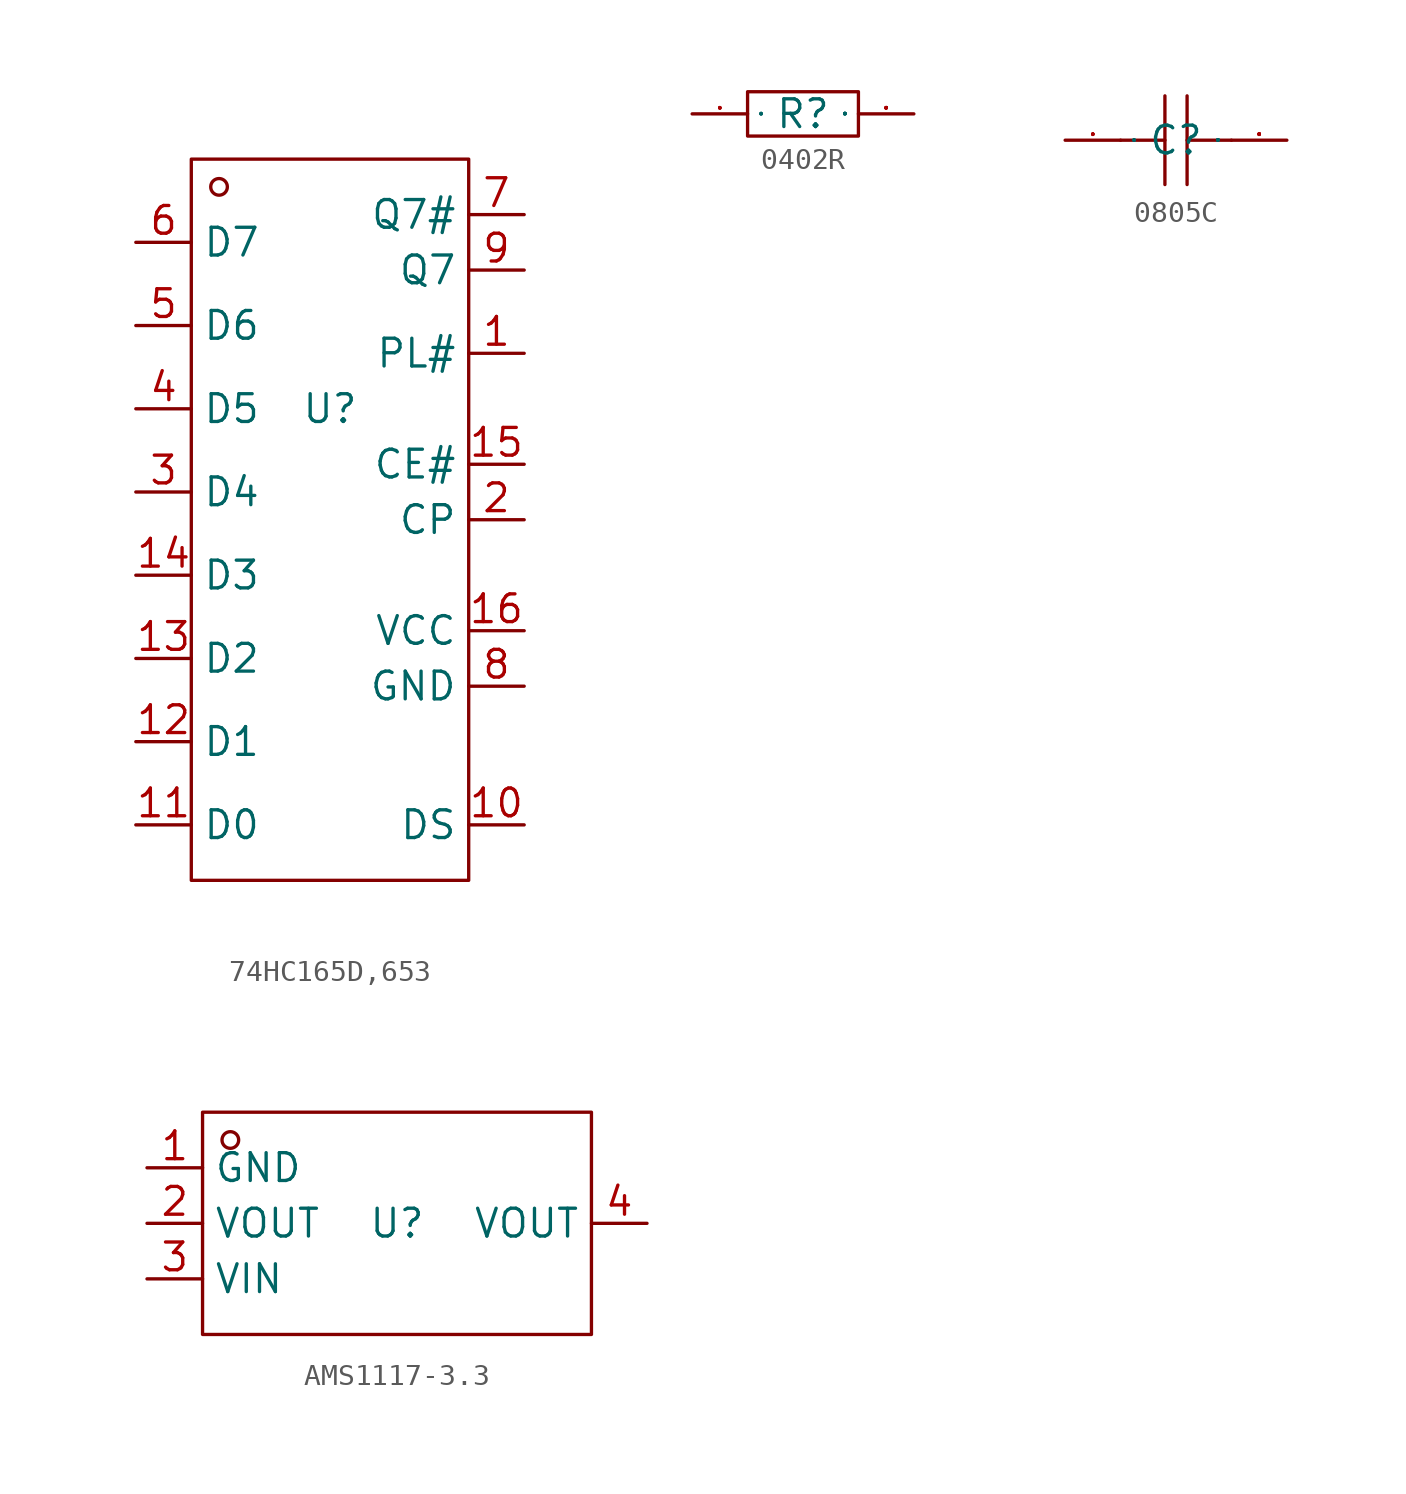
<source format=kicad_sym>
(kicad_symbol_lib
  (version 20231120)
  (generator "kicad_symbol_editor")
  (generator_version "8.0")
  (symbol "74HC165D,653"
    (property "Reference" "U"
      (at 0 0 0)
      (effects (font (size 1.27 1.27))))
    (symbol "74HC165D,653_1_0"
      (rectangle (start -6.35 11.43) (end 6.35 -21.59) (stroke (width 0) (type default)) (fill (type none)))
      (circle (center -5.08 10.16) (radius 0.381) (stroke (width 0) (type default)) (fill (type none)))
      (pin input line (at 8.89 2.54 180) (length 2.54) (name "PL#" (effects (font (size 1.27 1.27)))) (number "1" (effects (font (size 1.27 1.27)))))
      (pin input line (at 8.89 -19.05 180) (length 2.54) (name "DS" (effects (font (size 1.27 1.27)))) (number "10" (effects (font (size 1.27 1.27)))))
      (pin input line (at -8.89 -19.05 0) (length 2.54) (name "D0" (effects (font (size 1.27 1.27)))) (number "11" (effects (font (size 1.27 1.27)))))
      (pin input line (at -8.89 -15.24 0) (length 2.54) (name "D1" (effects (font (size 1.27 1.27)))) (number "12" (effects (font (size 1.27 1.27)))))
      (pin input line (at -8.89 -11.43 0) (length 2.54) (name "D2" (effects (font (size 1.27 1.27)))) (number "13" (effects (font (size 1.27 1.27)))))
      (pin input line (at -8.89 -7.62 0) (length 2.54) (name "D3" (effects (font (size 1.27 1.27)))) (number "14" (effects (font (size 1.27 1.27)))))
      (pin input line (at 8.89 -2.54 180) (length 2.54) (name "CE#" (effects (font (size 1.27 1.27)))) (number "15" (effects (font (size 1.27 1.27)))))
      (pin input line (at 8.89 -10.16 180) (length 2.54) (name "VCC" (effects (font (size 1.27 1.27)))) (number "16" (effects (font (size 1.27 1.27)))))
      (pin input line (at 8.89 -5.08 180) (length 2.54) (name "CP" (effects (font (size 1.27 1.27)))) (number "2" (effects (font (size 1.27 1.27)))))
      (pin input line (at -8.89 -3.81 0) (length 2.54) (name "D4" (effects (font (size 1.27 1.27)))) (number "3" (effects (font (size 1.27 1.27)))))
      (pin input line (at -8.89 0 0) (length 2.54) (name "D5" (effects (font (size 1.27 1.27)))) (number "4" (effects (font (size 1.27 1.27)))))
      (pin input line (at -8.89 3.81 0) (length 2.54) (name "D6" (effects (font (size 1.27 1.27)))) (number "5" (effects (font (size 1.27 1.27)))))
      (pin input line (at -8.89 7.62 0) (length 2.54) (name "D7" (effects (font (size 1.27 1.27)))) (number "6" (effects (font (size 1.27 1.27)))))
      (pin input line (at 8.89 8.89 180) (length 2.54) (name "Q7#" (effects (font (size 1.27 1.27)))) (number "7" (effects (font (size 1.27 1.27)))))
      (pin input line (at 8.89 -12.7 180) (length 2.54) (name "GND" (effects (font (size 1.27 1.27)))) (number "8" (effects (font (size 1.27 1.27)))))
      (pin input line (at 8.89 6.35 180) (length 2.54) (name "Q7" (effects (font (size 1.27 1.27)))) (number "9" (effects (font (size 1.27 1.27)))))))
  (symbol "0402R"
    (property "Reference" "R"
      (at 0 0 0)
      (effects (font (size 1.27 1.27))))
    (symbol "0402R_1_0"
      (rectangle (start -2.54 -1.016) (end 2.54 1.016) (stroke (width 0) (type default)) (fill (type none)))
      (pin input line (at -5.08 0 0) (length 2.54) (name "1" (effects (font (size 0.025 0.025)))) (number "1" (effects (font (size 0.025 0.025)))))
      (pin input line (at 5.08 0 180) (length 2.54) (name "2" (effects (font (size 0.025 0.025)))) (number "2" (effects (font (size 0.025 0.025)))))))
  (symbol "0805C"
    (property "Reference" "C"
      (at 0 0 0)
      (effects (font (size 1.27 1.27))))
    (symbol "0805C_1_0"
      (polyline (pts (xy -0.508 -2.032) (xy -0.508 2.032)) (stroke (width 0) (type default)) (fill (type none)))
      (polyline (pts (xy -0.508 0) (xy -2.54 0)) (stroke (width 0) (type default)) (fill (type none)))
      (polyline (pts (xy 0.508 2.032) (xy 0.508 -2.032)) (stroke (width 0) (type default)) (fill (type none)))
      (polyline (pts (xy 2.54 0) (xy 0.508 0)) (stroke (width 0) (type default)) (fill (type none)))
      (pin unspecified line (at -5.08 0 0) (length 2.54) (name "1" (effects (font (size 0.025 0.025)))) (number "1" (effects (font (size 0.025 0.025)))))
      (pin unspecified line (at 5.08 0 180) (length 2.54) (name "2" (effects (font (size 0.025 0.025)))) (number "2" (effects (font (size 0.025 0.025)))))))
  (symbol "AMS1117-3.3"
    (property "Reference" "U"
      (at 0 0 0)
      (effects (font (size 1.27 1.27))))
    (property "Value" ""
      (at 0 0 0)
      (effects (font (size 1.27 1.27))))
    (symbol "AMS1117-3.3_1_0"
      (rectangle (start -8.89 -5.08) (end 8.89 5.08) (stroke (width 0) (type default)) (fill (type none)))
      (circle (center -7.62 3.81) (radius 0.381) (stroke (width 0) (type default)) (fill (type none)))
      (pin unspecified line (at -11.43 2.54 0) (length 2.54) (name "GND" (effects (font (size 1.27 1.27)))) (number "1" (effects (font (size 1.27 1.27)))))
      (pin unspecified line (at -11.43 0 0) (length 2.54) (name "VOUT" (effects (font (size 1.27 1.27)))) (number "2" (effects (font (size 1.27 1.27)))))
      (pin unspecified line (at -11.43 -2.54 0) (length 2.54) (name "VIN" (effects (font (size 1.27 1.27)))) (number "3" (effects (font (size 1.27 1.27)))))
      (pin unspecified line (at 11.43 0 180) (length 2.54) (name "VOUT" (effects (font (size 1.27 1.27)))) (number "4" (effects (font (size 1.27 1.27))))))))
</source>
